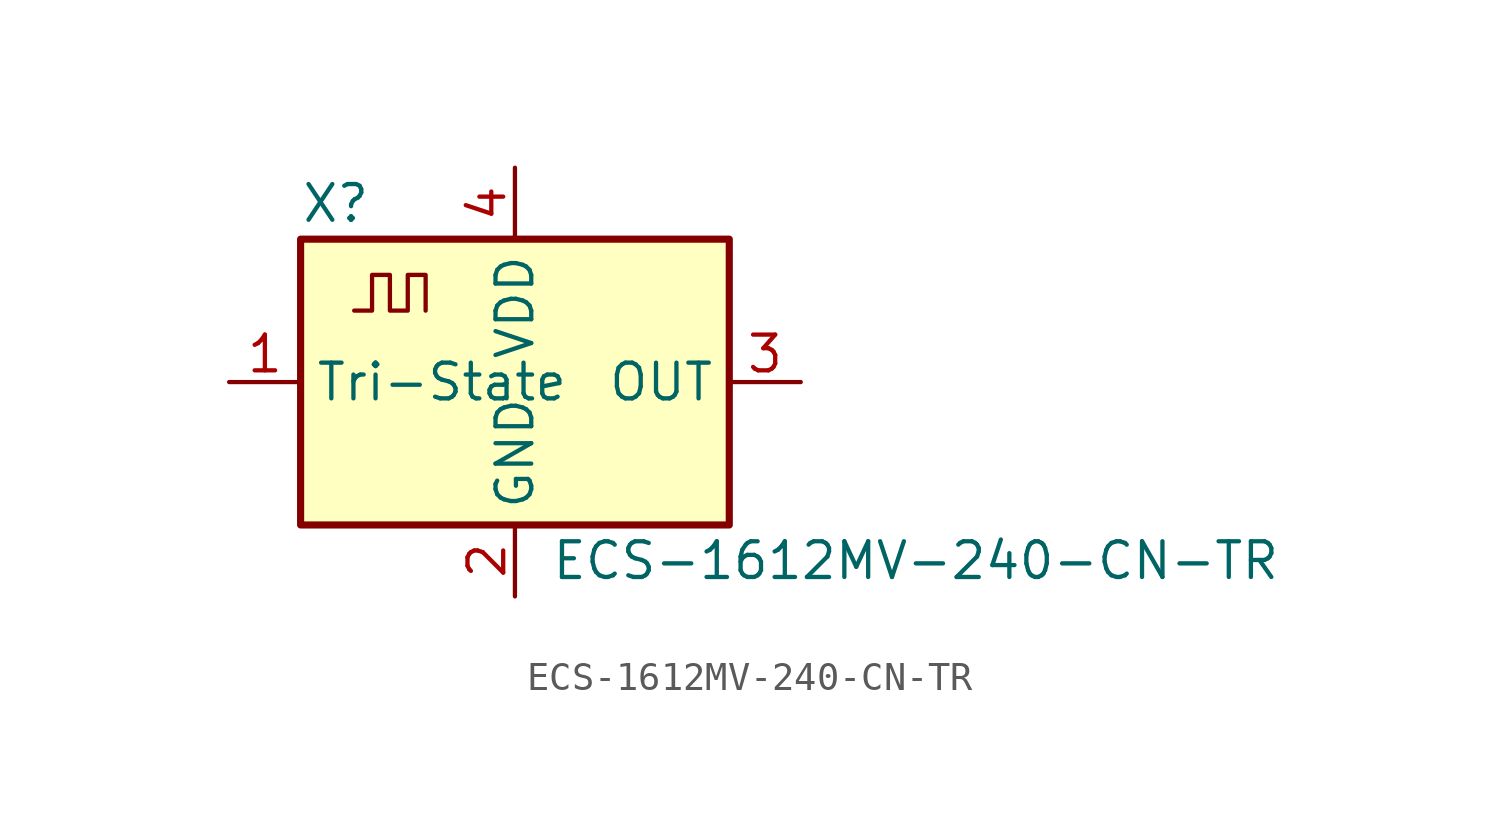
<source format=kicad_sym>
(kicad_symbol_lib
  (version 20211014)
  (generator kicad_symbol_editor)
  (symbol "ECS-1612MV-240-CN-TR"
    (property "Reference" "X"
      (at -7.62 6.35 0)
      (effects (font (size 1.27 1.27)) (justify left)))
    (property "Value" "ECS-1612MV-240-CN-TR"
      (at 1.27 -6.35 0)
      (effects (font (size 1.27 1.27)) (justify left)))
    (symbol "ECS-1612MV-240-CN-TR_0_1"
      (rectangle (start -7.62 5.08) (end 7.62 -5.08) (stroke (width 0.254) (type default) (color 0 0 0 0)) (fill (type background)))
      (polyline (pts (xy -5.715 2.54) (xy -5.08 2.54) (xy -5.08 3.81) (xy -4.445 3.81) (xy -4.445 2.54) (xy -3.81 2.54) (xy -3.81 3.81) (xy -3.175 3.81) (xy -3.175 2.54)) (stroke (width 0) (type default) (color 0 0 0 0)) (fill (type none))))
    (symbol "ECS-1612MV-240-CN-TR_1_1"
      (pin input line (at -10.16 0 0) (length 2.54) (name "Tri-State" (effects (font (size 1.27 1.27)))) (number "1" (effects (font (size 1.27 1.27)))))
      (pin power_in line (at 0 -7.62 90) (length 2.54) (name "GND" (effects (font (size 1.27 1.27)))) (number "2" (effects (font (size 1.27 1.27)))))
      (pin output line (at 10.16 0 180) (length 2.54) (name "OUT" (effects (font (size 1.27 1.27)))) (number "3" (effects (font (size 1.27 1.27)))))
      (pin power_in line (at 0 7.62 270) (length 2.54) (name "VDD" (effects (font (size 1.27 1.27)))) (number "4" (effects (font (size 1.27 1.27))))))))
</source>
